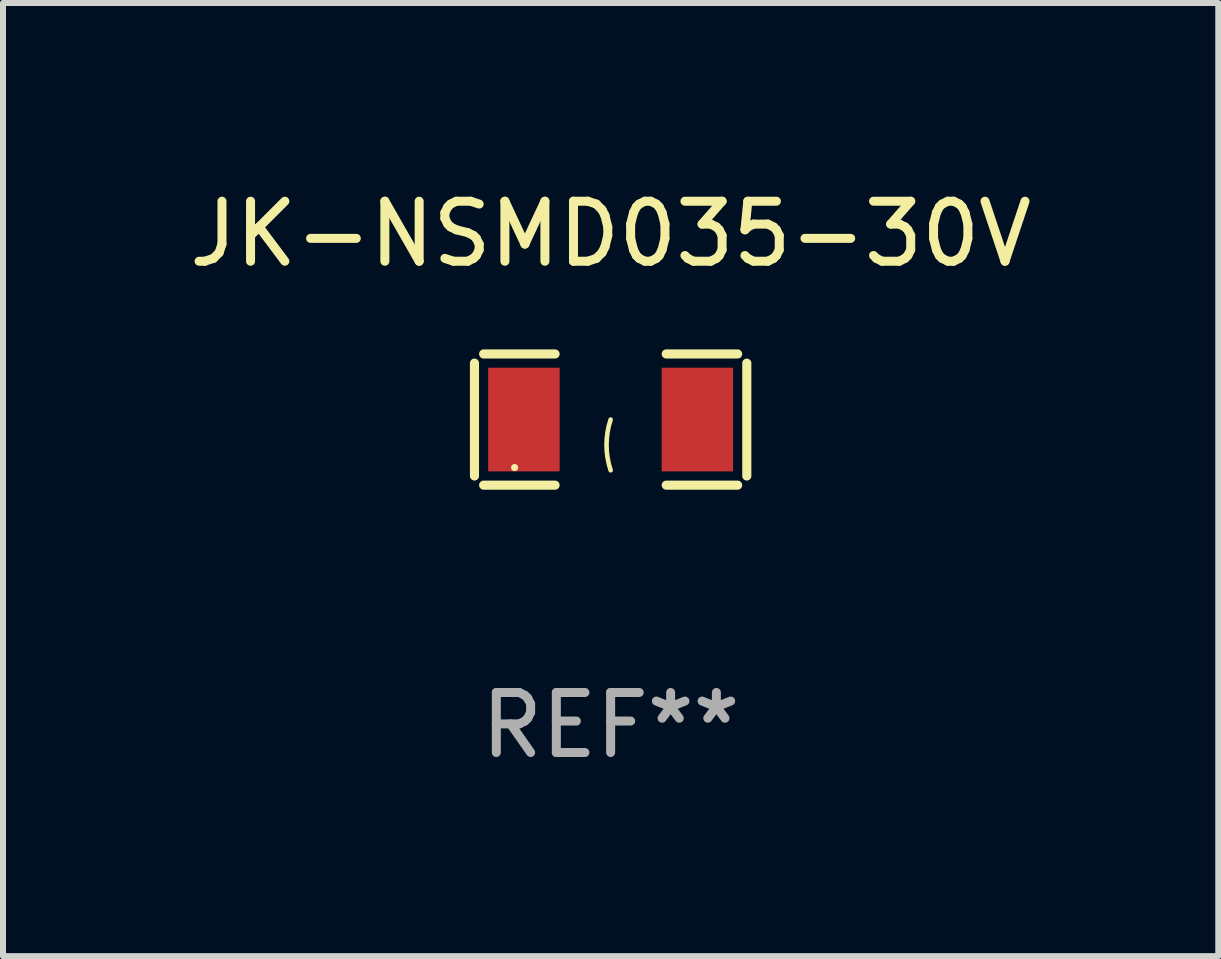
<source format=kicad_pcb>
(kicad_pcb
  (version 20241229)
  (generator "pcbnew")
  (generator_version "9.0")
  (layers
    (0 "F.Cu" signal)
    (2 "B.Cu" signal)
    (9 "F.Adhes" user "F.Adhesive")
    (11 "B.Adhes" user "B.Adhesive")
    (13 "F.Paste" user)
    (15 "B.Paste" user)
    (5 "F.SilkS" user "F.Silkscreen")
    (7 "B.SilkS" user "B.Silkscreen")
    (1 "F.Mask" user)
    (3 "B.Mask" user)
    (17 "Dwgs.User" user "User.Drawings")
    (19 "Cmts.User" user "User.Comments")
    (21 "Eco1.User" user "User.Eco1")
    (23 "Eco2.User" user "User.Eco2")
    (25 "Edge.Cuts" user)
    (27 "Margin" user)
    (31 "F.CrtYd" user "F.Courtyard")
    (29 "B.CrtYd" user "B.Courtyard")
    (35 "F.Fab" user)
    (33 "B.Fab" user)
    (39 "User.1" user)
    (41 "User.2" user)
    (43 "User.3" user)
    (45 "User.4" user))
  (footprint "JK-NSMD035-30V"
    (layer "F.Cu")
    (at 7.125 3.941)
    (property "Reference" "JK-NSMD035-30V" (at 0 -3.093 0) (layer "F.SilkS") (effects (font (size 1 1) (thickness 0.15))))
    (attr through_hole)
    (fp_line (start -2.269 -0.94) (end -2.269 0.94) (stroke (width 0.152) (type solid)) (layer "F.SilkS"))
    (fp_line (start -2.116 1.093) (end -0.926 1.093) (stroke (width 0.152) (type solid)) (layer "F.SilkS"))
    (fp_line (start -0.926 -1.093) (end -2.116 -1.093) (stroke (width 0.152) (type solid)) (layer "F.SilkS"))
    (fp_line (start 0.926 -1.093) (end 2.116 -1.093) (stroke (width 0.152) (type solid)) (layer "F.SilkS"))
    (fp_line (start 2.116 1.093) (end 0.926 1.093) (stroke (width 0.152) (type solid)) (layer "F.SilkS"))
    (fp_line (start 2.269 -0.94) (end 2.269 0.94) (stroke (width 0.152) (type solid)) (layer "F.SilkS"))
    (fp_arc (start 0 0.844951) (mid -0.068559 0.422475) (end 0 0) (stroke (width 0.0762) (type solid)) (layer "F.SilkS"))
    (fp_circle (center -1.6 0.8) (end -1.57 0.8) (stroke (width 0.06) (type solid)) (fill no) (layer "F.SilkS"))
    (fp_text user "REF**" (at 0 5.093 0) (layer "F.Fab") (effects (font (size 1 1) (thickness 0.15))))
    (pad "1" smd rect (at -1.445 0) (size 1.19 1.728) (layers "F.Cu" "F.Mask" "F.Paste"))
    (pad "2" smd rect (at 1.445 0) (size 1.19 1.728) (layers "F.Cu" "F.Mask" "F.Paste")))
  (gr_rect
    (start -3 -3)
    (end 17.25 12.882)
    (stroke (width 0.1) (type default))
    (fill no)
    (layer "Edge.Cuts")))
</source>
